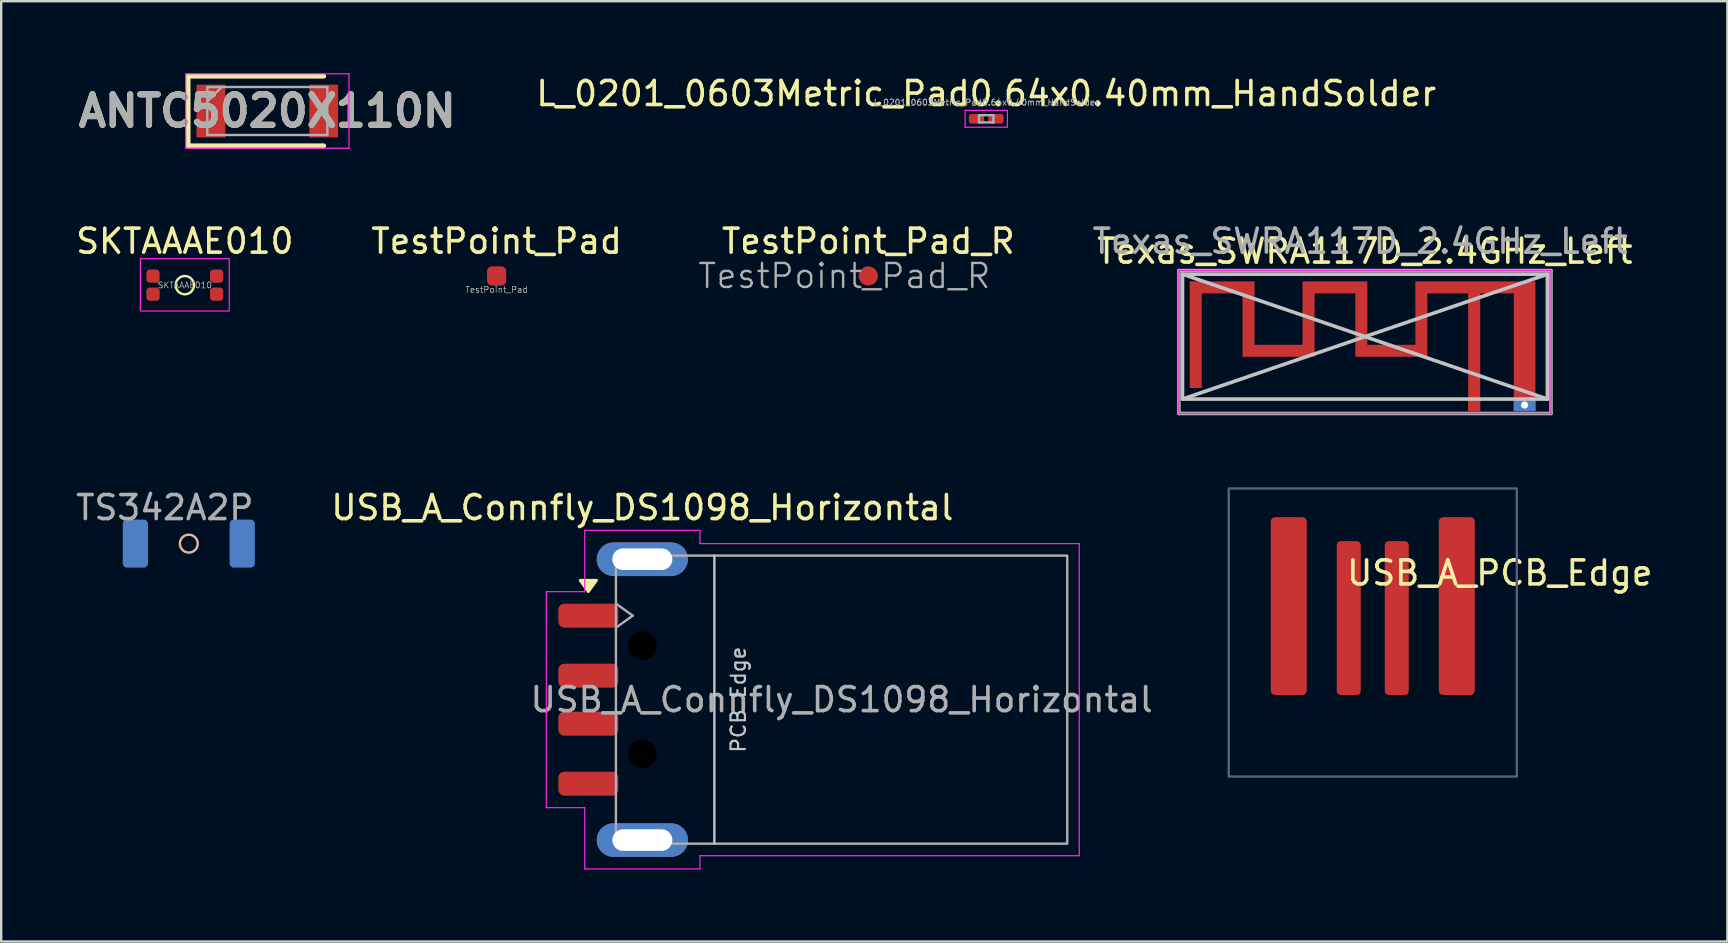
<source format=kicad_pcb>
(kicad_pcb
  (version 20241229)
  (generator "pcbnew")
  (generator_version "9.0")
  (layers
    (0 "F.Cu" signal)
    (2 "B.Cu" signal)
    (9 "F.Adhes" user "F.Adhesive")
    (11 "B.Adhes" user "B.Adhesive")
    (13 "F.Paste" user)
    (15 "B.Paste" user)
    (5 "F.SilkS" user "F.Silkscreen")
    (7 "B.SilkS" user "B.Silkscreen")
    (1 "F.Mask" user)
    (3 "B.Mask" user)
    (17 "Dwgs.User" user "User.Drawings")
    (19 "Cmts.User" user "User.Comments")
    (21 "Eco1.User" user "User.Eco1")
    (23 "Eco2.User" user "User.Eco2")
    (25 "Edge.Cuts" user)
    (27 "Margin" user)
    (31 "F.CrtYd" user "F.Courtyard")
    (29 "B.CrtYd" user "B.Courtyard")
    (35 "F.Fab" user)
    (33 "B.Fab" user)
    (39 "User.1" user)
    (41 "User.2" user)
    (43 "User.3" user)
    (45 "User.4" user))
  (footprint "ANTC5020X110N"
    (layer "F.Cu")
    (at 8.086 1.575)
    (property "Reference" "ANTC5020X110N" (at 0 0 0) (layer "F.SilkS") (effects (font (size 1.27 1.27) (thickness 0.254))))
    (attr smd)
    (fp_line (start -3.3 -1.45) (end -3.3 1.45) (stroke (width 0.2) (type solid)) (layer "F.SilkS"))
    (fp_line (start -3.3 1.45) (end 2.35 1.45) (stroke (width 0.2) (type solid)) (layer "F.SilkS"))
    (fp_line (start 2.35 -1.45) (end -3.3 -1.45) (stroke (width 0.2) (type solid)) (layer "F.SilkS"))
    (fp_line (start -3.4 -1.55) (end 3.4 -1.55) (stroke (width 0.05) (type solid)) (layer "F.CrtYd"))
    (fp_line (start -3.4 1.55) (end -3.4 -1.55) (stroke (width 0.05) (type solid)) (layer "F.CrtYd"))
    (fp_line (start 3.4 -1.55) (end 3.4 1.55) (stroke (width 0.05) (type solid)) (layer "F.CrtYd"))
    (fp_line (start 3.4 1.55) (end -3.4 1.55) (stroke (width 0.05) (type solid)) (layer "F.CrtYd"))
    (fp_line (start -2.5 -1) (end 2.5 -1) (stroke (width 0.1) (type solid)) (layer "F.Fab"))
    (fp_line (start -2.5 -0.4) (end -1.9 -1) (stroke (width 0.1) (type solid)) (layer "F.Fab"))
    (fp_line (start -2.5 1) (end -2.5 -1) (stroke (width 0.1) (type solid)) (layer "F.Fab"))
    (fp_line (start 2.5 -1) (end 2.5 1) (stroke (width 0.1) (type solid)) (layer "F.Fab"))
    (fp_line (start 2.5 1) (end -2.5 1) (stroke (width 0.1) (type solid)) (layer "F.Fab"))
    (fp_text user "${REFERENCE}" (at 0 0 0) (layer "F.Fab") (effects (font (size 1.27 1.27) (thickness 0.254))))
    (pad "1" smd rect (at -2.35 0 180) (size 1.2 2.2) (layers "F.Cu" "F.Mask" "F.Paste"))
    (pad "2" smd rect (at 2.35 0 180) (size 1.2 2.2) (layers "F.Cu" "F.Mask" "F.Paste")))
  (footprint "USB_A_PCB_Edge"
    (layer "F.Cu")
    (at 52.896 24.198)
    (property "Reference" "USB_A_PCB_Edge" (at 6.53 -3.38 0) (layer "F.SilkS") (effects (font (size 1 1) (thickness 0.15))))
    (attr smd)
    (fp_rect (start -4.76 -6.9) (end 7.24 5.1) (stroke (width 0.1) (type solid)) (fill no) (layer "B.Fab"))
    (pad "1" smd roundrect (at -2.26 -2 270) (size 7.41 1.5) (layers "F.Cu" "F.Mask") (roundrect_rratio 0.125))
    (pad "2" smd roundrect (at 0.24 -1.5 270) (size 6.41 1) (layers "F.Cu" "F.Mask") (roundrect_rratio 0.167))
    (pad "3" smd roundrect (at 2.24 -1.5 270) (size 6.41 1) (layers "F.Cu" "F.Mask") (roundrect_rratio 0.167))
    (pad "4" smd roundrect (at 4.74 -2 270) (size 7.41 1.5) (layers "F.Cu" "F.Mask") (roundrect_rratio 0.125)))
  (footprint "TestPoint_Pad_R"
    (layer "F.Cu")
    (at 33.121 8.446)
    (property "Reference" "TestPoint_Pad_R" (at 0 -1.448 0) (layer "F.SilkS") (effects (font (size 1 1) (thickness 0.15))))
    (attr exclude_from_pos_files exclude_from_bom)
    (fp_text user "${REFERENCE}" (at -1 0 0) (layer "F.Fab") (effects (font (size 1 1) (thickness 0.1))))
    (pad "1" smd circle (at 0 0) (size 0.8 0.8) (layers "F.Cu" "F.Mask")))
  (footprint "USB_A_Connfly_DS1098_Horizontal"
    (layer "F.Cu")
    (at 32.008 26.096)
    (property "Reference" "USB_A_Connfly_DS1098_Horizontal" (at -8.3 -8 0) (layer "F.SilkS") (effects (font (size 1 1) (thickness 0.15))))
    (attr smd)
    (fp_poly (pts (xy -10.55 -4.502) (xy -10.89 -4.972) (xy -10.21 -4.972)) (stroke (width 0.12) (type solid)) (fill yes) (layer "F.SilkS"))
    (fp_line (start -5.3 6) (end -5.3 -6) (stroke (width 0.1) (type solid)) (layer "Dwgs.User"))
    (fp_line (start -12.3 -4.5) (end -12.3 4.5) (stroke (width 0.05) (type solid)) (layer "F.CrtYd"))
    (fp_line (start -10.7 -7.05) (end -10.7 -4.5) (stroke (width 0.05) (type solid)) (layer "F.CrtYd"))
    (fp_line (start -10.7 -7.05) (end -5.9 -7.05) (stroke (width 0.05) (type solid)) (layer "F.CrtYd"))
    (fp_line (start -10.7 -4.5) (end -12.3 -4.5) (stroke (width 0.05) (type solid)) (layer "F.CrtYd"))
    (fp_line (start -10.7 4.5) (end -12.3 4.5) (stroke (width 0.05) (type solid)) (layer "F.CrtYd"))
    (fp_line (start -10.7 7.05) (end -10.7 4.5) (stroke (width 0.05) (type solid)) (layer "F.CrtYd"))
    (fp_line (start -10.7 7.05) (end -5.9 7.05) (stroke (width 0.05) (type solid)) (layer "F.CrtYd"))
    (fp_line (start -5.9 -7.05) (end -5.9 -6.5) (stroke (width 0.05) (type solid)) (layer "F.CrtYd"))
    (fp_line (start -5.9 -6.5) (end 9.9 -6.5) (stroke (width 0.05) (type solid)) (layer "F.CrtYd"))
    (fp_line (start -5.9 6.5) (end -5.9 7.05) (stroke (width 0.05) (type solid)) (layer "F.CrtYd"))
    (fp_line (start 9.9 -6.5) (end 9.9 6.5) (stroke (width 0.05) (type solid)) (layer "F.CrtYd"))
    (fp_line (start 9.9 6.5) (end -5.9 6.5) (stroke (width 0.05) (type solid)) (layer "F.CrtYd"))
    (fp_line (start -9.4 -3) (end -8.7 -3.5) (stroke (width 0.1) (type solid)) (layer "F.Fab"))
    (fp_line (start -8.7 -3.5) (end -9.4 -4) (stroke (width 0.1) (type solid)) (layer "F.Fab"))
    (fp_rect (start -9.4 -6) (end 9.4 6) (stroke (width 0.1) (type solid)) (fill no) (layer "F.Fab"))
    (fp_text user "PCB Edge" (at -4.3 0 90) (layer "Dwgs.User") (effects (font (size 0.6 0.6) (thickness 0.09))))
    (fp_text user "${REFERENCE}" (at 0 0 180) (layer "F.Fab") (effects (font (size 1 1) (thickness 0.15))))
    (pad "" np_thru_hole circle (at -8.3 -2.25) (size 1.2 1.2) (drill 1.2) (layers "*.Mask"))
    (pad "" np_thru_hole circle (at -8.3 2.25) (size 1.2 1.2) (drill 1.2) (layers "*.Mask"))
    (pad "1" smd roundrect (at -10.55 -3.5) (size 2.5 1) (layers "F.Cu" "F.Mask" "F.Paste") (roundrect_rratio 0.25))
    (pad "2" smd roundrect (at -10.55 -1) (size 2.5 1) (layers "F.Cu" "F.Mask" "F.Paste") (roundrect_rratio 0.25))
    (pad "3" smd roundrect (at -10.55 1) (size 2.5 1) (layers "F.Cu" "F.Mask" "F.Paste") (roundrect_rratio 0.25))
    (pad "4" smd roundrect (at -10.55 3.5) (size 2.5 1) (layers "F.Cu" "F.Mask" "F.Paste") (roundrect_rratio 0.25))
    (pad "5" thru_hole oval (at -8.3 -5.85) (size 3.8 1.4) (drill oval 2.5 0.9) (layers "*.Cu" "*.Mask"))
    (pad "5" thru_hole oval (at -8.3 5.85) (size 3.8 1.4) (drill oval 2.5 0.9) (layers "*.Cu" "*.Mask")))
  (footprint "TS342A2P"
    (layer "F.Cu")
    (at 4.815 19.596)
    (property "Reference" "TS342A2P" (at -1 -1.5 0) (layer "F.Fab") (effects (font (size 1 1) (thickness 0.15))))
    (attr through_hole)
    (fp_circle (center 0 0) (end -0.332 -0.168) (stroke (width 0.1) (type default)) (fill no) (layer "B.SilkS"))
    (pad "1" smd roundrect (at 2.225 0) (size 1.05 2) (layers "B.Cu" "B.Mask" "B.Paste") (roundrect_rratio 0.167))
    (pad "2" smd roundrect (at -2.225 0) (size 1.05 2) (layers "B.Cu" "B.Mask" "B.Paste") (roundrect_rratio 0.167)))
  (footprint "SKTAAAE010"
    (layer "F.Cu")
    (at 4.649 8.829)
    (property "Reference" "SKTAAAE010" (at 0 -1.83 0) (layer "F.SilkS") (effects (font (size 1 1) (thickness 0.15))))
    (fp_circle (center 0 0) (end 0.381 0) (stroke (width 0.1) (type solid)) (fill no) (layer "F.SilkS"))
    (fp_rect (start -1.85 -1.105) (end 1.85 1.075) (stroke (width 0.05) (type default)) (fill no) (layer "F.CrtYd"))
    (fp_text user "${REFERENCE}" (at 0 0 0) (layer "F.Fab") (effects (font (size 0.25 0.25) (thickness 0.031))))
    (pad "1" smd roundrect (at -1.325 -0.375) (size 0.55 0.55) (layers "F.Cu" "F.Mask" "F.Paste") (roundrect_rratio 0.25))
    (pad "1" smd roundrect (at -1.325 0.375) (size 0.55 0.55) (layers "F.Cu" "F.Mask" "F.Paste") (roundrect_rratio 0.25))
    (pad "2" smd roundrect (at 1.325 -0.375) (size 0.55 0.55) (layers "F.Cu" "F.Mask" "F.Paste") (roundrect_rratio 0.25))
    (pad "2" smd roundrect (at 1.325 0.375) (size 0.55 0.55) (layers "F.Cu" "F.Mask" "F.Paste") (roundrect_rratio 0.25)))
  (footprint "Texas_SWRA117D_2.4GHz_Left"
    (layer "F.Cu")
    (at 58.36 13.823)
    (property "Reference" "Texas_SWRA117D_2.4GHz_Left" (at -4.55 -6.41 0) (layer "F.SilkS") (effects (font (size 1 1) (thickness 0.15))))
    (attr exclude_from_pos_files exclude_from_bom)
    (fp_poly (pts (xy -2.45 -2.51) (xy -4.45 -2.51) (xy -4.45 -5.15) (xy -7.15 -5.15) (xy -7.15 -2.51) (xy -9.15 -2.51) (xy -9.15 -5.15) (xy -11.85 -5.15) (xy -11.85 -0.71) (xy -11.35 -0.71) (xy -11.35 -4.65) (xy -9.65 -4.65) (xy -9.65 -2.01) (xy -6.65 -2.01) (xy -6.65 -4.65) (xy -4.95 -4.65) (xy -4.95 -2.01) (xy -1.95 -2.01) (xy -1.95 -4.65) (xy -0.25 -4.65) (xy -0.25 0.25) (xy 0.25 0.25) (xy 0.25 -4.65) (xy 1.65 -4.65) (xy 1.65 0.25) (xy 2.55 0.25) (xy 2.55 0.007) (xy 2.248 0.007) (xy 2.238 0.054) (xy 2.214 0.097) (xy 2.176 0.13) (xy 2.168 0.134) (xy 2.125 0.146) (xy 2.077 0.145) (xy 2.031 0.132) (xy 2.013 0.122) (xy 1.979 0.087) (xy 1.958 0.041) (xy 1.952 -0.008) (xy 1.96 -0.056) (xy 1.977 -0.089) (xy 2.012 -0.121) (xy 2.058 -0.141) (xy 2.107 -0.148) (xy 2.155 -0.14) (xy 2.188 -0.123) (xy 2.223 -0.086) (xy 2.243 -0.042) (xy 2.248 0.007) (xy 2.55 0.007) (xy 2.55 -5.15) (xy -2.45 -5.15) (xy -2.45 -2.51)) (stroke (width 0) (type solid)) (fill yes) (layer "F.Cu"))
    (fp_line (start -12.15 -0.25) (end -12.15 -5.45) (stroke (width 0.15) (type solid)) (layer "Dwgs.User"))
    (fp_line (start 3.05 -5.45) (end -12.15 -5.45) (stroke (width 0.15) (type solid)) (layer "Dwgs.User"))
    (fp_line (start 3.05 -5.45) (end -12.15 -0.25) (stroke (width 0.15) (type solid)) (layer "Dwgs.User"))
    (fp_line (start 3.05 -0.25) (end -12.15 -5.45) (stroke (width 0.15) (type solid)) (layer "Dwgs.User"))
    (fp_line (start 3.05 -0.25) (end -12.15 -0.25) (stroke (width 0.15) (type solid)) (layer "Dwgs.User"))
    (fp_line (start 3.05 -0.25) (end 3.05 -5.45) (stroke (width 0.15) (type solid)) (layer "Dwgs.User"))
    (fp_line (start -12.3 -5.6) (end -12.3 0.35) (stroke (width 0.05) (type solid)) (layer "F.CrtYd"))
    (fp_line (start -12.3 0.35) (end 3.2 0.35) (stroke (width 0.05) (type solid)) (layer "F.CrtYd"))
    (fp_line (start 3.2 -5.6) (end -12.3 -5.6) (stroke (width 0.05) (type solid)) (layer "F.CrtYd"))
    (fp_line (start 3.2 0.35) (end 3.2 -5.6) (stroke (width 0.05) (type solid)) (layer "F.CrtYd"))
    (fp_line (start -12.3 -5.6) (end -12.3 0.35) (stroke (width 0.15) (type solid)) (layer "F.Fab"))
    (fp_line (start -12.3 0.35) (end 3.2 0.35) (stroke (width 0.15) (type solid)) (layer "F.Fab"))
    (fp_line (start 3.2 -5.6) (end -12.3 -5.6) (stroke (width 0.15) (type solid)) (layer "F.Fab"))
    (fp_line (start 3.2 0.35) (end 3.2 -5.6) (stroke (width 0.15) (type solid)) (layer "F.Fab"))
    (fp_text user "${REFERENCE}" (at -4.75 -6.825 0) (layer "F.Fab") (effects (font (size 1 1) (thickness 0.15))))
    (pad "1" connect rect (at 0 0) (size 0.5 0.5) (layers "F.Cu"))
    (pad "2" thru_hole rect (at 2.1 0) (size 0.9 0.5) (drill 0.3) (layers "*.Cu")))
  (footprint "TestPoint_Pad"
    (layer "F.Cu")
    (at 17.637 8.446)
    (property "Reference" "TestPoint_Pad" (at 0 -1.448 0) (layer "F.SilkS") (effects (font (size 1 1) (thickness 0.15))))
    (attr exclude_from_pos_files exclude_from_bom)
    (fp_text user "${REFERENCE}" (at 0 0.57 0) (layer "F.Fab") (effects (font (size 0.25 0.25) (thickness 0.031))))
    (pad "1" smd roundrect (at 0 0) (size 0.8 0.8) (layers "F.Cu" "F.Mask") (roundrect_rratio 0.25)))
  (footprint "L_0201_0603Metric_Pad0.64x0.40mm_HandSolder"
    (layer "F.Cu")
    (at 38.034 1.898)
    (property "Reference" "L_0201_0603Metric_Pad0.64x0.40mm_HandSolder" (at 0 -1.05 0) (layer "F.SilkS") (effects (font (size 1 1) (thickness 0.15))))
    (attr smd)
    (fp_line (start -0.88 -0.35) (end 0.88 -0.35) (stroke (width 0.05) (type solid)) (layer "F.CrtYd"))
    (fp_line (start -0.88 0.35) (end -0.88 -0.35) (stroke (width 0.05) (type solid)) (layer "F.CrtYd"))
    (fp_line (start 0.88 -0.35) (end 0.88 0.35) (stroke (width 0.05) (type solid)) (layer "F.CrtYd"))
    (fp_line (start 0.88 0.35) (end -0.88 0.35) (stroke (width 0.05) (type solid)) (layer "F.CrtYd"))
    (fp_line (start -0.3 -0.15) (end 0.3 -0.15) (stroke (width 0.1) (type solid)) (layer "F.Fab"))
    (fp_line (start -0.3 0.15) (end -0.3 -0.15) (stroke (width 0.1) (type solid)) (layer "F.Fab"))
    (fp_line (start 0.3 -0.15) (end 0.3 0.15) (stroke (width 0.1) (type solid)) (layer "F.Fab"))
    (fp_line (start 0.3 0.15) (end -0.3 0.15) (stroke (width 0.1) (type solid)) (layer "F.Fab"))
    (fp_text user "${REFERENCE}" (at 0 -0.68 0) (layer "F.Fab") (effects (font (size 0.25 0.25) (thickness 0.04))))
    (pad "" smd roundrect (at -0.432 0) (size 0.458 0.36) (layers "F.Paste") (roundrect_rratio 0.25))
    (pad "" smd roundrect (at 0.432 0) (size 0.458 0.36) (layers "F.Paste") (roundrect_rratio 0.25))
    (pad "1" smd roundrect (at -0.407 0) (size 0.635 0.4) (layers "F.Cu" "F.Mask") (roundrect_rratio 0.25))
    (pad "2" smd roundrect (at 0.407 0) (size 0.635 0.4) (layers "F.Cu" "F.Mask") (roundrect_rratio 0.25)))
  (gr_rect
    (start -3 -3)
    (end 68.908 36.172)
    (stroke (width 0.1) (type default))
    (fill no)
    (layer "Edge.Cuts")))
</source>
